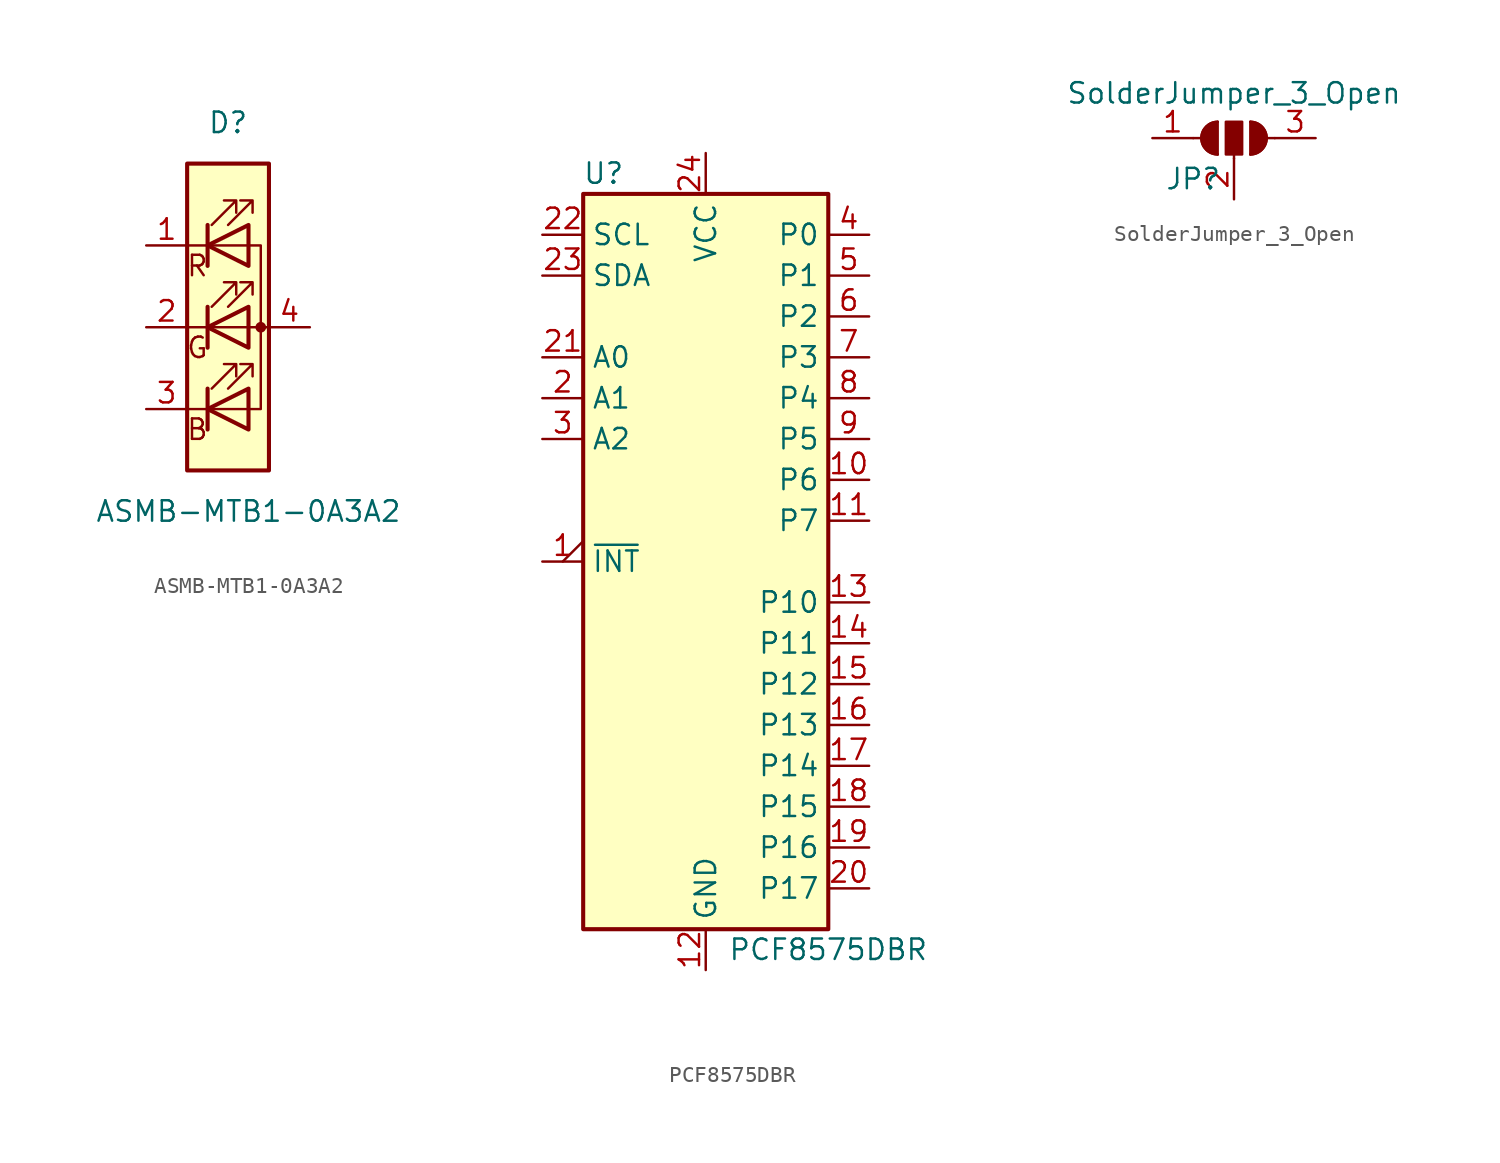
<source format=kicad_sym>
(kicad_symbol_lib
  (version 20231120)
  (generator "kicad_symbol_editor")
  (generator_version "8.0")
  (symbol "ASMB-MTB1-0A3A2"
    (pin_names
      (offset 0) hide)
    (property "Reference" "D"
      (at 0 12.7 0)
      (effects (font (size 1.27 1.27))))
    (property "Value" "ASMB-MTB1-0A3A2"
      (at 1.27 -11.43 0)
      (effects (font (size 1.27 1.27))))
    (symbol "ASMB-MTB1-0A3A2_0_0"
      (text "B" (at -1.905 -6.35 0) (effects (font (size 1.27 1.27))))
      (text "G" (at -1.905 -1.27 0) (effects (font (size 1.27 1.27))))
      (text "R" (at -1.905 3.81 0) (effects (font (size 1.27 1.27)))))
    (symbol "ASMB-MTB1-0A3A2_0_1"
      (polyline (pts (xy -2.54 -5.08) (xy 1.27 -5.08)) (stroke (width 0) (type default)) (fill (type none)))
      (polyline (pts (xy -1.27 -3.81) (xy -1.27 -6.35)) (stroke (width 0.254) (type default)) (fill (type none)))
      (polyline (pts (xy -1.27 1.27) (xy -1.27 -1.27)) (stroke (width 0.254) (type default)) (fill (type none)))
      (polyline (pts (xy -1.27 6.35) (xy -1.27 3.81)) (stroke (width 0.254) (type default)) (fill (type none)))
      (polyline (pts (xy 1.27 5.08) (xy -2.54 5.08)) (stroke (width 0) (type default)) (fill (type none)))
      (polyline (pts (xy 2.54 0) (xy -2.54 0)) (stroke (width 0) (type default)) (fill (type none)))
      (polyline (pts (xy 1.27 -5.08) (xy 2.032 -5.08) (xy 2.032 5.08) (xy 1.27 5.08)) (stroke (width 0) (type default)) (fill (type none)))
      (polyline (pts (xy 1.27 -3.81) (xy 1.27 -6.35) (xy -1.27 -5.08) (xy 1.27 -3.81)) (stroke (width 0.254) (type default)) (fill (type none)))
      (polyline (pts (xy 1.27 1.27) (xy 1.27 -1.27) (xy -1.27 0) (xy 1.27 1.27)) (stroke (width 0.254) (type default)) (fill (type none)))
      (polyline (pts (xy 1.27 6.35) (xy 1.27 3.81) (xy -1.27 5.08) (xy 1.27 6.35)) (stroke (width 0.254) (type default)) (fill (type none)))
      (polyline (pts (xy -1.016 -3.81) (xy 0.508 -2.286) (xy -0.254 -2.286) (xy 0.508 -2.286) (xy 0.508 -3.048)) (stroke (width 0) (type default)) (fill (type none)))
      (polyline (pts (xy -1.016 1.27) (xy 0.508 2.794) (xy -0.254 2.794) (xy 0.508 2.794) (xy 0.508 2.032)) (stroke (width 0) (type default)) (fill (type none)))
      (polyline (pts (xy -1.016 6.35) (xy 0.508 7.874) (xy -0.254 7.874) (xy 0.508 7.874) (xy 0.508 7.112)) (stroke (width 0) (type default)) (fill (type none)))
      (polyline (pts (xy 0 -3.81) (xy 1.524 -2.286) (xy 0.762 -2.286) (xy 1.524 -2.286) (xy 1.524 -3.048)) (stroke (width 0) (type default)) (fill (type none)))
      (polyline (pts (xy 0 1.27) (xy 1.524 2.794) (xy 0.762 2.794) (xy 1.524 2.794) (xy 1.524 2.032)) (stroke (width 0) (type default)) (fill (type none)))
      (polyline (pts (xy 0 6.35) (xy 1.524 7.874) (xy 0.762 7.874) (xy 1.524 7.874) (xy 1.524 7.112)) (stroke (width 0) (type default)) (fill (type none)))
      (rectangle (start 1.27 6.35) (end 1.27 6.35) (stroke (width 0) (type default)) (fill (type none)))
      (circle (center 2.032 0) (radius 0.254) (stroke (width 0) (type default)) (fill (type outline)))
      (rectangle (start 2.54 -8.89) (end -2.54 10.16) (stroke (width 0.254) (type default)) (fill (type background))))
    (symbol "ASMB-MTB1-0A3A2_1_1"
      (pin passive line (at -5.08 5.08 0) (length 2.54) (name "RK" (effects (font (size 1.27 1.27)))) (number "1" (effects (font (size 1.27 1.27)))))
      (pin passive line (at -5.08 0 0) (length 2.54) (name "GK" (effects (font (size 1.27 1.27)))) (number "2" (effects (font (size 1.27 1.27)))))
      (pin passive line (at -5.08 -5.08 0) (length 2.54) (name "BK" (effects (font (size 1.27 1.27)))) (number "3" (effects (font (size 1.27 1.27)))))
      (pin passive line (at 5.08 0 180) (length 2.54) (name "A" (effects (font (size 1.27 1.27)))) (number "4" (effects (font (size 1.27 1.27)))))))
  (symbol "PCF8575DBR"
    (property "Reference" "U"
      (at -6.35 24.13 0)
      (effects (font (size 1.27 1.27))))
    (property "Value" "PCF8575DBR"
      (at 7.62 -24.13 0)
      (effects (font (size 1.27 1.27))))
    (symbol "PCF8575DBR_0_1"
      (rectangle (start -7.62 22.86) (end 7.62 -22.86) (stroke (width 0.254) (type default)) (fill (type background))))
    (symbol "PCF8575DBR_1_1"
      (pin open_collector output_low (at -10.16 0 0) (length 2.54) (name "~{INT}" (effects (font (size 1.27 1.27)))) (number "1" (effects (font (size 1.27 1.27)))))
      (pin bidirectional line (at 10.16 5.08 180) (length 2.54) (name "P6" (effects (font (size 1.27 1.27)))) (number "10" (effects (font (size 1.27 1.27)))))
      (pin bidirectional line (at 10.16 2.54 180) (length 2.54) (name "P7" (effects (font (size 1.27 1.27)))) (number "11" (effects (font (size 1.27 1.27)))))
      (pin power_in line (at 0 -25.4 90) (length 2.54) (name "GND" (effects (font (size 1.27 1.27)))) (number "12" (effects (font (size 1.27 1.27)))))
      (pin bidirectional line (at 10.16 -2.54 180) (length 2.54) (name "P10" (effects (font (size 1.27 1.27)))) (number "13" (effects (font (size 1.27 1.27)))))
      (pin bidirectional line (at 10.16 -5.08 180) (length 2.54) (name "P11" (effects (font (size 1.27 1.27)))) (number "14" (effects (font (size 1.27 1.27)))))
      (pin bidirectional line (at 10.16 -7.62 180) (length 2.54) (name "P12" (effects (font (size 1.27 1.27)))) (number "15" (effects (font (size 1.27 1.27)))))
      (pin bidirectional line (at 10.16 -10.16 180) (length 2.54) (name "P13" (effects (font (size 1.27 1.27)))) (number "16" (effects (font (size 1.27 1.27)))))
      (pin bidirectional line (at 10.16 -12.7 180) (length 2.54) (name "P14" (effects (font (size 1.27 1.27)))) (number "17" (effects (font (size 1.27 1.27)))))
      (pin bidirectional line (at 10.16 -15.24 180) (length 2.54) (name "P15" (effects (font (size 1.27 1.27)))) (number "18" (effects (font (size 1.27 1.27)))))
      (pin bidirectional line (at 10.16 -17.78 180) (length 2.54) (name "P16" (effects (font (size 1.27 1.27)))) (number "19" (effects (font (size 1.27 1.27)))))
      (pin input line (at -10.16 10.16 0) (length 2.54) (name "A1" (effects (font (size 1.27 1.27)))) (number "2" (effects (font (size 1.27 1.27)))))
      (pin bidirectional line (at 10.16 -20.32 180) (length 2.54) (name "P17" (effects (font (size 1.27 1.27)))) (number "20" (effects (font (size 1.27 1.27)))))
      (pin input line (at -10.16 12.7 0) (length 2.54) (name "A0" (effects (font (size 1.27 1.27)))) (number "21" (effects (font (size 1.27 1.27)))))
      (pin input line (at -10.16 20.32 0) (length 2.54) (name "SCL" (effects (font (size 1.27 1.27)))) (number "22" (effects (font (size 1.27 1.27)))))
      (pin bidirectional line (at -10.16 17.78 0) (length 2.54) (name "SDA" (effects (font (size 1.27 1.27)))) (number "23" (effects (font (size 1.27 1.27)))))
      (pin power_in line (at 0 25.4 270) (length 2.54) (name "VCC" (effects (font (size 1.27 1.27)))) (number "24" (effects (font (size 1.27 1.27)))))
      (pin input line (at -10.16 7.62 0) (length 2.54) (name "A2" (effects (font (size 1.27 1.27)))) (number "3" (effects (font (size 1.27 1.27)))))
      (pin bidirectional line (at 10.16 20.32 180) (length 2.54) (name "P0" (effects (font (size 1.27 1.27)))) (number "4" (effects (font (size 1.27 1.27)))))
      (pin bidirectional line (at 10.16 17.78 180) (length 2.54) (name "P1" (effects (font (size 1.27 1.27)))) (number "5" (effects (font (size 1.27 1.27)))))
      (pin bidirectional line (at 10.16 15.24 180) (length 2.54) (name "P2" (effects (font (size 1.27 1.27)))) (number "6" (effects (font (size 1.27 1.27)))))
      (pin bidirectional line (at 10.16 12.7 180) (length 2.54) (name "P3" (effects (font (size 1.27 1.27)))) (number "7" (effects (font (size 1.27 1.27)))))
      (pin bidirectional line (at 10.16 10.16 180) (length 2.54) (name "P4" (effects (font (size 1.27 1.27)))) (number "8" (effects (font (size 1.27 1.27)))))
      (pin bidirectional line (at 10.16 7.62 180) (length 2.54) (name "P5" (effects (font (size 1.27 1.27)))) (number "9" (effects (font (size 1.27 1.27)))))))
  (symbol "SolderJumper_3_Open"
    (pin_names
      (offset 0) hide)
    (property "Reference" "JP"
      (at -2.54 -2.54 0)
      (effects (font (size 1.27 1.27))))
    (property "Value" "SolderJumper_3_Open"
      (at 0 2.794 0)
      (effects (font (size 1.27 1.27))))
    (symbol "SolderJumper_3_Open_0_1"
      (arc (start -1.016 1.016) (mid -2.0276 0) (end -1.016 -1.016) (stroke (width 0) (type default)) (fill (type none)))
      (arc (start -1.016 1.016) (mid -2.0276 0) (end -1.016 -1.016) (stroke (width 0) (type default)) (fill (type outline)))
      (rectangle (start -0.508 1.016) (end 0.508 -1.016) (stroke (width 0) (type default)) (fill (type outline)))
      (polyline (pts (xy -2.54 0) (xy -2.032 0)) (stroke (width 0) (type default)) (fill (type none)))
      (polyline (pts (xy -1.016 1.016) (xy -1.016 -1.016)) (stroke (width 0) (type default)) (fill (type none)))
      (polyline (pts (xy 0 -1.27) (xy 0 -1.016)) (stroke (width 0) (type default)) (fill (type none)))
      (polyline (pts (xy 1.016 1.016) (xy 1.016 -1.016)) (stroke (width 0) (type default)) (fill (type none)))
      (polyline (pts (xy 2.54 0) (xy 2.032 0)) (stroke (width 0) (type default)) (fill (type none)))
      (arc (start 1.016 -1.016) (mid 2.0276 0) (end 1.016 1.016) (stroke (width 0) (type default)) (fill (type none)))
      (arc (start 1.016 -1.016) (mid 2.0276 0) (end 1.016 1.016) (stroke (width 0) (type default)) (fill (type outline))))
    (symbol "SolderJumper_3_Open_1_1"
      (pin passive line (at -5.08 0 0) (length 2.54) (name "A" (effects (font (size 1.27 1.27)))) (number "1" (effects (font (size 1.27 1.27)))))
      (pin passive line (at 0 -3.81 90) (length 2.54) (name "C" (effects (font (size 1.27 1.27)))) (number "2" (effects (font (size 1.27 1.27)))))
      (pin passive line (at 5.08 0 180) (length 2.54) (name "B" (effects (font (size 1.27 1.27)))) (number "3" (effects (font (size 1.27 1.27))))))))
</source>
